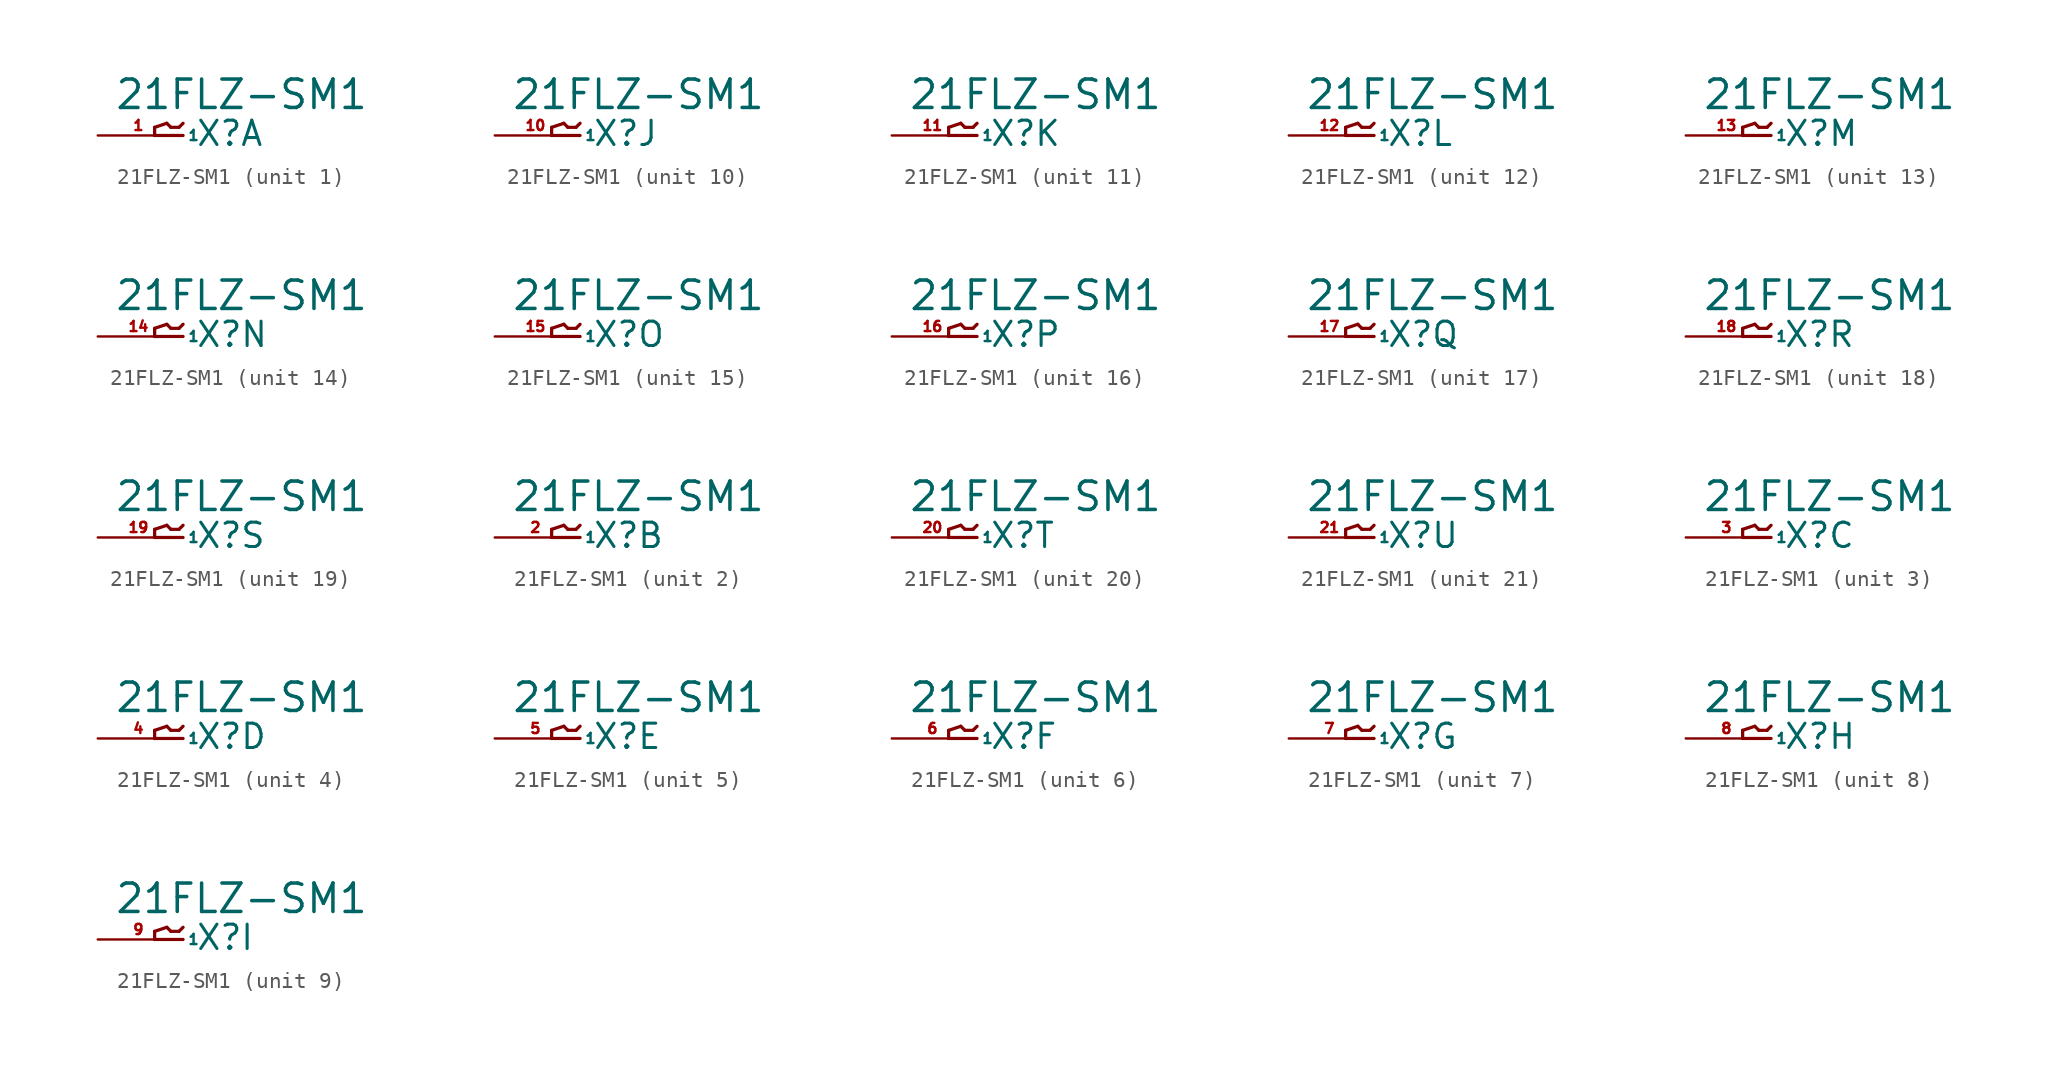
<source format=kicad_sym>
(kicad_symbol_lib
  (version 20220914)
  (generator Eagle2Kicad)
  (symbol "21FLZ-SM1"
    (property "Reference" "X"
      (at 1.016 -0.762 0)
      (effects (font (size 1.524 1.524) (thickness 0.19)) (justify left bottom)))
    (property "Value" "21FLZ-SM1"
      (at -4.064 1.524 0)
      (effects (font (size 1.778 1.778) (thickness 0.22)) (justify left bottom)))
    (symbol "21FLZ-SM1_1_0"
      (polyline (pts (xy 0.254 0) (xy -1.524 0)) (stroke (width 0.203) (type default)) (fill (type none)))
      (polyline (pts (xy -1.524 0) (xy -1.524 0.508)) (stroke (width 0.203) (type default)) (fill (type none)))
      (polyline (pts (xy -1.524 0.508) (xy -0.762 0.762)) (stroke (width 0.203) (type default)) (fill (type none)))
      (polyline (pts (xy -0.762 0.762) (xy -0.508 0.508)) (stroke (width 0.203) (type default)) (fill (type none)))
      (polyline (pts (xy -0.508 0.508) (xy 0 0.508)) (stroke (width 0.203) (type default)) (fill (type none)))
      (polyline (pts (xy 0 0.508) (xy 0.254 0.762)) (stroke (width 0.203) (type default)) (fill (type none)))
      (pin passive line (at -5.08 0 0) (length 5.08) (name "1" (effects (font (size 0.635 0.635) (thickness 0.08)) (justify left bottom))) (number "1" (effects (font (size 0.635 0.635) (thickness 0.08)) (justify left bottom)))))
    (symbol "21FLZ-SM1_2_0"
      (polyline (pts (xy 0.254 0) (xy -1.524 0)) (stroke (width 0.203) (type default)) (fill (type none)))
      (polyline (pts (xy -1.524 0) (xy -1.524 0.508)) (stroke (width 0.203) (type default)) (fill (type none)))
      (polyline (pts (xy -1.524 0.508) (xy -0.762 0.762)) (stroke (width 0.203) (type default)) (fill (type none)))
      (polyline (pts (xy -0.762 0.762) (xy -0.508 0.508)) (stroke (width 0.203) (type default)) (fill (type none)))
      (polyline (pts (xy -0.508 0.508) (xy 0 0.508)) (stroke (width 0.203) (type default)) (fill (type none)))
      (polyline (pts (xy 0 0.508) (xy 0.254 0.762)) (stroke (width 0.203) (type default)) (fill (type none)))
      (pin passive line (at -5.08 0 0) (length 5.08) (name "1" (effects (font (size 0.635 0.635) (thickness 0.08)) (justify left bottom))) (number "2" (effects (font (size 0.635 0.635) (thickness 0.08)) (justify left bottom)))))
    (symbol "21FLZ-SM1_3_0"
      (polyline (pts (xy 0.254 0) (xy -1.524 0)) (stroke (width 0.203) (type default)) (fill (type none)))
      (polyline (pts (xy -1.524 0) (xy -1.524 0.508)) (stroke (width 0.203) (type default)) (fill (type none)))
      (polyline (pts (xy -1.524 0.508) (xy -0.762 0.762)) (stroke (width 0.203) (type default)) (fill (type none)))
      (polyline (pts (xy -0.762 0.762) (xy -0.508 0.508)) (stroke (width 0.203) (type default)) (fill (type none)))
      (polyline (pts (xy -0.508 0.508) (xy 0 0.508)) (stroke (width 0.203) (type default)) (fill (type none)))
      (polyline (pts (xy 0 0.508) (xy 0.254 0.762)) (stroke (width 0.203) (type default)) (fill (type none)))
      (pin passive line (at -5.08 0 0) (length 5.08) (name "1" (effects (font (size 0.635 0.635) (thickness 0.08)) (justify left bottom))) (number "3" (effects (font (size 0.635 0.635) (thickness 0.08)) (justify left bottom)))))
    (symbol "21FLZ-SM1_4_0"
      (polyline (pts (xy 0.254 0) (xy -1.524 0)) (stroke (width 0.203) (type default)) (fill (type none)))
      (polyline (pts (xy -1.524 0) (xy -1.524 0.508)) (stroke (width 0.203) (type default)) (fill (type none)))
      (polyline (pts (xy -1.524 0.508) (xy -0.762 0.762)) (stroke (width 0.203) (type default)) (fill (type none)))
      (polyline (pts (xy -0.762 0.762) (xy -0.508 0.508)) (stroke (width 0.203) (type default)) (fill (type none)))
      (polyline (pts (xy -0.508 0.508) (xy 0 0.508)) (stroke (width 0.203) (type default)) (fill (type none)))
      (polyline (pts (xy 0 0.508) (xy 0.254 0.762)) (stroke (width 0.203) (type default)) (fill (type none)))
      (pin passive line (at -5.08 0 0) (length 5.08) (name "1" (effects (font (size 0.635 0.635) (thickness 0.08)) (justify left bottom))) (number "4" (effects (font (size 0.635 0.635) (thickness 0.08)) (justify left bottom)))))
    (symbol "21FLZ-SM1_5_0"
      (polyline (pts (xy 0.254 0) (xy -1.524 0)) (stroke (width 0.203) (type default)) (fill (type none)))
      (polyline (pts (xy -1.524 0) (xy -1.524 0.508)) (stroke (width 0.203) (type default)) (fill (type none)))
      (polyline (pts (xy -1.524 0.508) (xy -0.762 0.762)) (stroke (width 0.203) (type default)) (fill (type none)))
      (polyline (pts (xy -0.762 0.762) (xy -0.508 0.508)) (stroke (width 0.203) (type default)) (fill (type none)))
      (polyline (pts (xy -0.508 0.508) (xy 0 0.508)) (stroke (width 0.203) (type default)) (fill (type none)))
      (polyline (pts (xy 0 0.508) (xy 0.254 0.762)) (stroke (width 0.203) (type default)) (fill (type none)))
      (pin passive line (at -5.08 0 0) (length 5.08) (name "1" (effects (font (size 0.635 0.635) (thickness 0.08)) (justify left bottom))) (number "5" (effects (font (size 0.635 0.635) (thickness 0.08)) (justify left bottom)))))
    (symbol "21FLZ-SM1_6_0"
      (polyline (pts (xy 0.254 0) (xy -1.524 0)) (stroke (width 0.203) (type default)) (fill (type none)))
      (polyline (pts (xy -1.524 0) (xy -1.524 0.508)) (stroke (width 0.203) (type default)) (fill (type none)))
      (polyline (pts (xy -1.524 0.508) (xy -0.762 0.762)) (stroke (width 0.203) (type default)) (fill (type none)))
      (polyline (pts (xy -0.762 0.762) (xy -0.508 0.508)) (stroke (width 0.203) (type default)) (fill (type none)))
      (polyline (pts (xy -0.508 0.508) (xy 0 0.508)) (stroke (width 0.203) (type default)) (fill (type none)))
      (polyline (pts (xy 0 0.508) (xy 0.254 0.762)) (stroke (width 0.203) (type default)) (fill (type none)))
      (pin passive line (at -5.08 0 0) (length 5.08) (name "1" (effects (font (size 0.635 0.635) (thickness 0.08)) (justify left bottom))) (number "6" (effects (font (size 0.635 0.635) (thickness 0.08)) (justify left bottom)))))
    (symbol "21FLZ-SM1_7_0"
      (polyline (pts (xy 0.254 0) (xy -1.524 0)) (stroke (width 0.203) (type default)) (fill (type none)))
      (polyline (pts (xy -1.524 0) (xy -1.524 0.508)) (stroke (width 0.203) (type default)) (fill (type none)))
      (polyline (pts (xy -1.524 0.508) (xy -0.762 0.762)) (stroke (width 0.203) (type default)) (fill (type none)))
      (polyline (pts (xy -0.762 0.762) (xy -0.508 0.508)) (stroke (width 0.203) (type default)) (fill (type none)))
      (polyline (pts (xy -0.508 0.508) (xy 0 0.508)) (stroke (width 0.203) (type default)) (fill (type none)))
      (polyline (pts (xy 0 0.508) (xy 0.254 0.762)) (stroke (width 0.203) (type default)) (fill (type none)))
      (pin passive line (at -5.08 0 0) (length 5.08) (name "1" (effects (font (size 0.635 0.635) (thickness 0.08)) (justify left bottom))) (number "7" (effects (font (size 0.635 0.635) (thickness 0.08)) (justify left bottom)))))
    (symbol "21FLZ-SM1_8_0"
      (polyline (pts (xy 0.254 0) (xy -1.524 0)) (stroke (width 0.203) (type default)) (fill (type none)))
      (polyline (pts (xy -1.524 0) (xy -1.524 0.508)) (stroke (width 0.203) (type default)) (fill (type none)))
      (polyline (pts (xy -1.524 0.508) (xy -0.762 0.762)) (stroke (width 0.203) (type default)) (fill (type none)))
      (polyline (pts (xy -0.762 0.762) (xy -0.508 0.508)) (stroke (width 0.203) (type default)) (fill (type none)))
      (polyline (pts (xy -0.508 0.508) (xy 0 0.508)) (stroke (width 0.203) (type default)) (fill (type none)))
      (polyline (pts (xy 0 0.508) (xy 0.254 0.762)) (stroke (width 0.203) (type default)) (fill (type none)))
      (pin passive line (at -5.08 0 0) (length 5.08) (name "1" (effects (font (size 0.635 0.635) (thickness 0.08)) (justify left bottom))) (number "8" (effects (font (size 0.635 0.635) (thickness 0.08)) (justify left bottom)))))
    (symbol "21FLZ-SM1_9_0"
      (polyline (pts (xy 0.254 0) (xy -1.524 0)) (stroke (width 0.203) (type default)) (fill (type none)))
      (polyline (pts (xy -1.524 0) (xy -1.524 0.508)) (stroke (width 0.203) (type default)) (fill (type none)))
      (polyline (pts (xy -1.524 0.508) (xy -0.762 0.762)) (stroke (width 0.203) (type default)) (fill (type none)))
      (polyline (pts (xy -0.762 0.762) (xy -0.508 0.508)) (stroke (width 0.203) (type default)) (fill (type none)))
      (polyline (pts (xy -0.508 0.508) (xy 0 0.508)) (stroke (width 0.203) (type default)) (fill (type none)))
      (polyline (pts (xy 0 0.508) (xy 0.254 0.762)) (stroke (width 0.203) (type default)) (fill (type none)))
      (pin passive line (at -5.08 0 0) (length 5.08) (name "1" (effects (font (size 0.635 0.635) (thickness 0.08)) (justify left bottom))) (number "9" (effects (font (size 0.635 0.635) (thickness 0.08)) (justify left bottom)))))
    (symbol "21FLZ-SM1_10_0"
      (polyline (pts (xy 0.254 0) (xy -1.524 0)) (stroke (width 0.203) (type default)) (fill (type none)))
      (polyline (pts (xy -1.524 0) (xy -1.524 0.508)) (stroke (width 0.203) (type default)) (fill (type none)))
      (polyline (pts (xy -1.524 0.508) (xy -0.762 0.762)) (stroke (width 0.203) (type default)) (fill (type none)))
      (polyline (pts (xy -0.762 0.762) (xy -0.508 0.508)) (stroke (width 0.203) (type default)) (fill (type none)))
      (polyline (pts (xy -0.508 0.508) (xy 0 0.508)) (stroke (width 0.203) (type default)) (fill (type none)))
      (polyline (pts (xy 0 0.508) (xy 0.254 0.762)) (stroke (width 0.203) (type default)) (fill (type none)))
      (pin passive line (at -5.08 0 0) (length 5.08) (name "1" (effects (font (size 0.635 0.635) (thickness 0.08)) (justify left bottom))) (number "10" (effects (font (size 0.635 0.635) (thickness 0.08)) (justify left bottom)))))
    (symbol "21FLZ-SM1_11_0"
      (polyline (pts (xy 0.254 0) (xy -1.524 0)) (stroke (width 0.203) (type default)) (fill (type none)))
      (polyline (pts (xy -1.524 0) (xy -1.524 0.508)) (stroke (width 0.203) (type default)) (fill (type none)))
      (polyline (pts (xy -1.524 0.508) (xy -0.762 0.762)) (stroke (width 0.203) (type default)) (fill (type none)))
      (polyline (pts (xy -0.762 0.762) (xy -0.508 0.508)) (stroke (width 0.203) (type default)) (fill (type none)))
      (polyline (pts (xy -0.508 0.508) (xy 0 0.508)) (stroke (width 0.203) (type default)) (fill (type none)))
      (polyline (pts (xy 0 0.508) (xy 0.254 0.762)) (stroke (width 0.203) (type default)) (fill (type none)))
      (pin passive line (at -5.08 0 0) (length 5.08) (name "1" (effects (font (size 0.635 0.635) (thickness 0.08)) (justify left bottom))) (number "11" (effects (font (size 0.635 0.635) (thickness 0.08)) (justify left bottom)))))
    (symbol "21FLZ-SM1_12_0"
      (polyline (pts (xy 0.254 0) (xy -1.524 0)) (stroke (width 0.203) (type default)) (fill (type none)))
      (polyline (pts (xy -1.524 0) (xy -1.524 0.508)) (stroke (width 0.203) (type default)) (fill (type none)))
      (polyline (pts (xy -1.524 0.508) (xy -0.762 0.762)) (stroke (width 0.203) (type default)) (fill (type none)))
      (polyline (pts (xy -0.762 0.762) (xy -0.508 0.508)) (stroke (width 0.203) (type default)) (fill (type none)))
      (polyline (pts (xy -0.508 0.508) (xy 0 0.508)) (stroke (width 0.203) (type default)) (fill (type none)))
      (polyline (pts (xy 0 0.508) (xy 0.254 0.762)) (stroke (width 0.203) (type default)) (fill (type none)))
      (pin passive line (at -5.08 0 0) (length 5.08) (name "1" (effects (font (size 0.635 0.635) (thickness 0.08)) (justify left bottom))) (number "12" (effects (font (size 0.635 0.635) (thickness 0.08)) (justify left bottom)))))
    (symbol "21FLZ-SM1_13_0"
      (polyline (pts (xy 0.254 0) (xy -1.524 0)) (stroke (width 0.203) (type default)) (fill (type none)))
      (polyline (pts (xy -1.524 0) (xy -1.524 0.508)) (stroke (width 0.203) (type default)) (fill (type none)))
      (polyline (pts (xy -1.524 0.508) (xy -0.762 0.762)) (stroke (width 0.203) (type default)) (fill (type none)))
      (polyline (pts (xy -0.762 0.762) (xy -0.508 0.508)) (stroke (width 0.203) (type default)) (fill (type none)))
      (polyline (pts (xy -0.508 0.508) (xy 0 0.508)) (stroke (width 0.203) (type default)) (fill (type none)))
      (polyline (pts (xy 0 0.508) (xy 0.254 0.762)) (stroke (width 0.203) (type default)) (fill (type none)))
      (pin passive line (at -5.08 0 0) (length 5.08) (name "1" (effects (font (size 0.635 0.635) (thickness 0.08)) (justify left bottom))) (number "13" (effects (font (size 0.635 0.635) (thickness 0.08)) (justify left bottom)))))
    (symbol "21FLZ-SM1_14_0"
      (polyline (pts (xy 0.254 0) (xy -1.524 0)) (stroke (width 0.203) (type default)) (fill (type none)))
      (polyline (pts (xy -1.524 0) (xy -1.524 0.508)) (stroke (width 0.203) (type default)) (fill (type none)))
      (polyline (pts (xy -1.524 0.508) (xy -0.762 0.762)) (stroke (width 0.203) (type default)) (fill (type none)))
      (polyline (pts (xy -0.762 0.762) (xy -0.508 0.508)) (stroke (width 0.203) (type default)) (fill (type none)))
      (polyline (pts (xy -0.508 0.508) (xy 0 0.508)) (stroke (width 0.203) (type default)) (fill (type none)))
      (polyline (pts (xy 0 0.508) (xy 0.254 0.762)) (stroke (width 0.203) (type default)) (fill (type none)))
      (pin passive line (at -5.08 0 0) (length 5.08) (name "1" (effects (font (size 0.635 0.635) (thickness 0.08)) (justify left bottom))) (number "14" (effects (font (size 0.635 0.635) (thickness 0.08)) (justify left bottom)))))
    (symbol "21FLZ-SM1_15_0"
      (polyline (pts (xy 0.254 0) (xy -1.524 0)) (stroke (width 0.203) (type default)) (fill (type none)))
      (polyline (pts (xy -1.524 0) (xy -1.524 0.508)) (stroke (width 0.203) (type default)) (fill (type none)))
      (polyline (pts (xy -1.524 0.508) (xy -0.762 0.762)) (stroke (width 0.203) (type default)) (fill (type none)))
      (polyline (pts (xy -0.762 0.762) (xy -0.508 0.508)) (stroke (width 0.203) (type default)) (fill (type none)))
      (polyline (pts (xy -0.508 0.508) (xy 0 0.508)) (stroke (width 0.203) (type default)) (fill (type none)))
      (polyline (pts (xy 0 0.508) (xy 0.254 0.762)) (stroke (width 0.203) (type default)) (fill (type none)))
      (pin passive line (at -5.08 0 0) (length 5.08) (name "1" (effects (font (size 0.635 0.635) (thickness 0.08)) (justify left bottom))) (number "15" (effects (font (size 0.635 0.635) (thickness 0.08)) (justify left bottom)))))
    (symbol "21FLZ-SM1_16_0"
      (polyline (pts (xy 0.254 0) (xy -1.524 0)) (stroke (width 0.203) (type default)) (fill (type none)))
      (polyline (pts (xy -1.524 0) (xy -1.524 0.508)) (stroke (width 0.203) (type default)) (fill (type none)))
      (polyline (pts (xy -1.524 0.508) (xy -0.762 0.762)) (stroke (width 0.203) (type default)) (fill (type none)))
      (polyline (pts (xy -0.762 0.762) (xy -0.508 0.508)) (stroke (width 0.203) (type default)) (fill (type none)))
      (polyline (pts (xy -0.508 0.508) (xy 0 0.508)) (stroke (width 0.203) (type default)) (fill (type none)))
      (polyline (pts (xy 0 0.508) (xy 0.254 0.762)) (stroke (width 0.203) (type default)) (fill (type none)))
      (pin passive line (at -5.08 0 0) (length 5.08) (name "1" (effects (font (size 0.635 0.635) (thickness 0.08)) (justify left bottom))) (number "16" (effects (font (size 0.635 0.635) (thickness 0.08)) (justify left bottom)))))
    (symbol "21FLZ-SM1_17_0"
      (polyline (pts (xy 0.254 0) (xy -1.524 0)) (stroke (width 0.203) (type default)) (fill (type none)))
      (polyline (pts (xy -1.524 0) (xy -1.524 0.508)) (stroke (width 0.203) (type default)) (fill (type none)))
      (polyline (pts (xy -1.524 0.508) (xy -0.762 0.762)) (stroke (width 0.203) (type default)) (fill (type none)))
      (polyline (pts (xy -0.762 0.762) (xy -0.508 0.508)) (stroke (width 0.203) (type default)) (fill (type none)))
      (polyline (pts (xy -0.508 0.508) (xy 0 0.508)) (stroke (width 0.203) (type default)) (fill (type none)))
      (polyline (pts (xy 0 0.508) (xy 0.254 0.762)) (stroke (width 0.203) (type default)) (fill (type none)))
      (pin passive line (at -5.08 0 0) (length 5.08) (name "1" (effects (font (size 0.635 0.635) (thickness 0.08)) (justify left bottom))) (number "17" (effects (font (size 0.635 0.635) (thickness 0.08)) (justify left bottom)))))
    (symbol "21FLZ-SM1_18_0"
      (polyline (pts (xy 0.254 0) (xy -1.524 0)) (stroke (width 0.203) (type default)) (fill (type none)))
      (polyline (pts (xy -1.524 0) (xy -1.524 0.508)) (stroke (width 0.203) (type default)) (fill (type none)))
      (polyline (pts (xy -1.524 0.508) (xy -0.762 0.762)) (stroke (width 0.203) (type default)) (fill (type none)))
      (polyline (pts (xy -0.762 0.762) (xy -0.508 0.508)) (stroke (width 0.203) (type default)) (fill (type none)))
      (polyline (pts (xy -0.508 0.508) (xy 0 0.508)) (stroke (width 0.203) (type default)) (fill (type none)))
      (polyline (pts (xy 0 0.508) (xy 0.254 0.762)) (stroke (width 0.203) (type default)) (fill (type none)))
      (pin passive line (at -5.08 0 0) (length 5.08) (name "1" (effects (font (size 0.635 0.635) (thickness 0.08)) (justify left bottom))) (number "18" (effects (font (size 0.635 0.635) (thickness 0.08)) (justify left bottom)))))
    (symbol "21FLZ-SM1_19_0"
      (polyline (pts (xy 0.254 0) (xy -1.524 0)) (stroke (width 0.203) (type default)) (fill (type none)))
      (polyline (pts (xy -1.524 0) (xy -1.524 0.508)) (stroke (width 0.203) (type default)) (fill (type none)))
      (polyline (pts (xy -1.524 0.508) (xy -0.762 0.762)) (stroke (width 0.203) (type default)) (fill (type none)))
      (polyline (pts (xy -0.762 0.762) (xy -0.508 0.508)) (stroke (width 0.203) (type default)) (fill (type none)))
      (polyline (pts (xy -0.508 0.508) (xy 0 0.508)) (stroke (width 0.203) (type default)) (fill (type none)))
      (polyline (pts (xy 0 0.508) (xy 0.254 0.762)) (stroke (width 0.203) (type default)) (fill (type none)))
      (pin passive line (at -5.08 0 0) (length 5.08) (name "1" (effects (font (size 0.635 0.635) (thickness 0.08)) (justify left bottom))) (number "19" (effects (font (size 0.635 0.635) (thickness 0.08)) (justify left bottom)))))
    (symbol "21FLZ-SM1_20_0"
      (polyline (pts (xy 0.254 0) (xy -1.524 0)) (stroke (width 0.203) (type default)) (fill (type none)))
      (polyline (pts (xy -1.524 0) (xy -1.524 0.508)) (stroke (width 0.203) (type default)) (fill (type none)))
      (polyline (pts (xy -1.524 0.508) (xy -0.762 0.762)) (stroke (width 0.203) (type default)) (fill (type none)))
      (polyline (pts (xy -0.762 0.762) (xy -0.508 0.508)) (stroke (width 0.203) (type default)) (fill (type none)))
      (polyline (pts (xy -0.508 0.508) (xy 0 0.508)) (stroke (width 0.203) (type default)) (fill (type none)))
      (polyline (pts (xy 0 0.508) (xy 0.254 0.762)) (stroke (width 0.203) (type default)) (fill (type none)))
      (pin passive line (at -5.08 0 0) (length 5.08) (name "1" (effects (font (size 0.635 0.635) (thickness 0.08)) (justify left bottom))) (number "20" (effects (font (size 0.635 0.635) (thickness 0.08)) (justify left bottom)))))
    (symbol "21FLZ-SM1_21_0"
      (polyline (pts (xy 0.254 0) (xy -1.524 0)) (stroke (width 0.203) (type default)) (fill (type none)))
      (polyline (pts (xy -1.524 0) (xy -1.524 0.508)) (stroke (width 0.203) (type default)) (fill (type none)))
      (polyline (pts (xy -1.524 0.508) (xy -0.762 0.762)) (stroke (width 0.203) (type default)) (fill (type none)))
      (polyline (pts (xy -0.762 0.762) (xy -0.508 0.508)) (stroke (width 0.203) (type default)) (fill (type none)))
      (polyline (pts (xy -0.508 0.508) (xy 0 0.508)) (stroke (width 0.203) (type default)) (fill (type none)))
      (polyline (pts (xy 0 0.508) (xy 0.254 0.762)) (stroke (width 0.203) (type default)) (fill (type none)))
      (pin passive line (at -5.08 0 0) (length 5.08) (name "1" (effects (font (size 0.635 0.635) (thickness 0.08)) (justify left bottom))) (number "21" (effects (font (size 0.635 0.635) (thickness 0.08)) (justify left bottom)))))))
</source>
